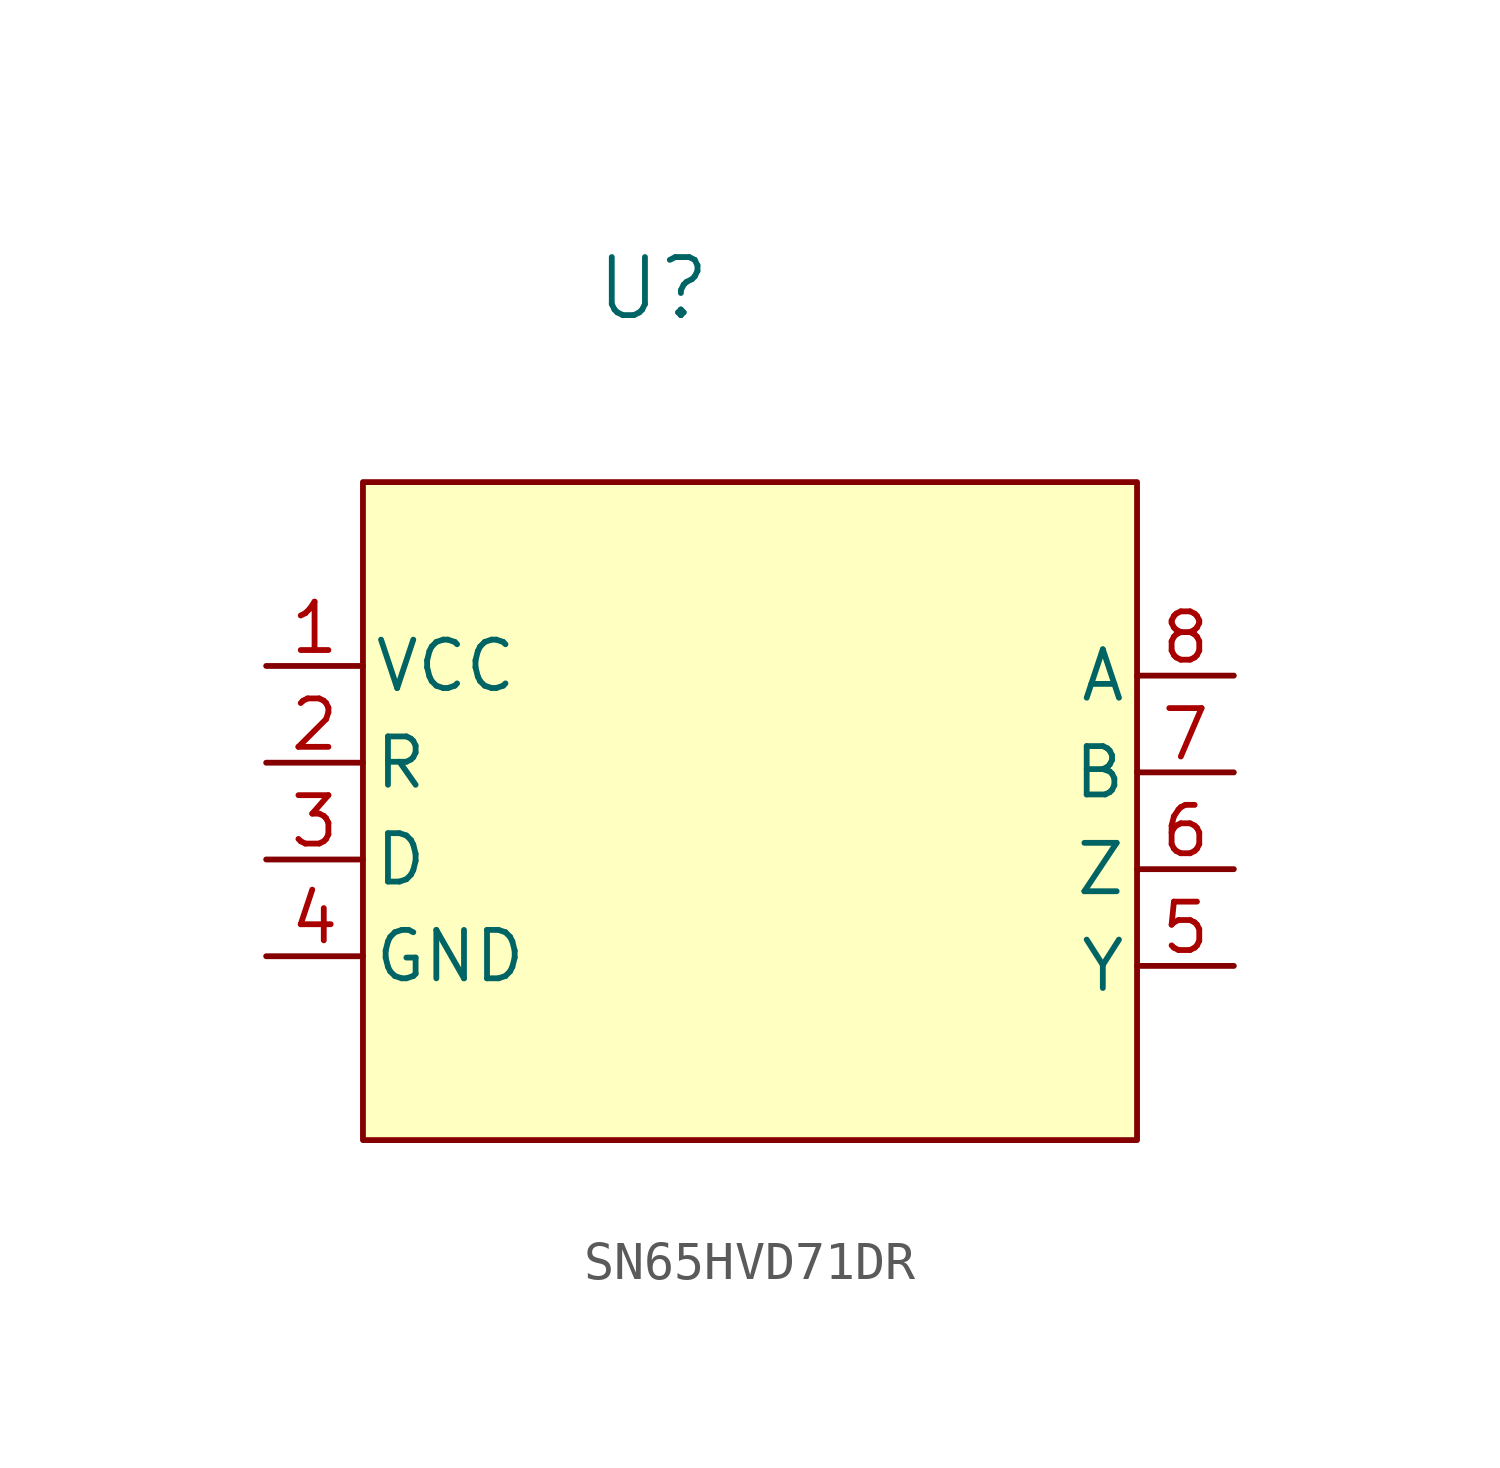
<source format=kicad_sym>
(kicad_symbol_lib
  (version 20220914)
  (generator kicad_symbol_editor)
  (symbol "SN65HVD71DR"
    (pin_names
      (offset 0.254))
    (property "Reference" "U"
      (at 0.254 14.478 0)
      (effects (font (size 1.524 1.524))))
    (symbol "SN65HVD71DR_1_1"
      (rectangle (start -7.366 9.398) (end 12.954 -7.874) (stroke (width 0) (type default)) (fill (type background)))
      (pin power_in line (at -9.906 4.572 0) (length 2.54) (name "VCC" (effects (font (size 1.27 1.27)))) (number "1" (effects (font (size 1.27 1.27)))))
      (pin output line (at -9.906 2.032 0) (length 2.54) (name "R" (effects (font (size 1.27 1.27)))) (number "2" (effects (font (size 1.27 1.27)))))
      (pin input line (at -9.906 -0.508 0) (length 2.54) (name "D" (effects (font (size 1.27 1.27)))) (number "3" (effects (font (size 1.27 1.27)))))
      (pin power_in line (at -9.906 -3.048 0) (length 2.54) (name "GND" (effects (font (size 1.27 1.27)))) (number "4" (effects (font (size 1.27 1.27)))))
      (pin output line (at 15.494 -3.302 180) (length 2.54) (name "Y" (effects (font (size 1.27 1.27)))) (number "5" (effects (font (size 1.27 1.27)))))
      (pin output line (at 15.494 -0.762 180) (length 2.54) (name "Z" (effects (font (size 1.27 1.27)))) (number "6" (effects (font (size 1.27 1.27)))))
      (pin input line (at 15.494 1.778 180) (length 2.54) (name "B" (effects (font (size 1.27 1.27)))) (number "7" (effects (font (size 1.27 1.27)))))
      (pin input line (at 15.494 4.318 180) (length 2.54) (name "A" (effects (font (size 1.27 1.27)))) (number "8" (effects (font (size 1.27 1.27))))))))
</source>
